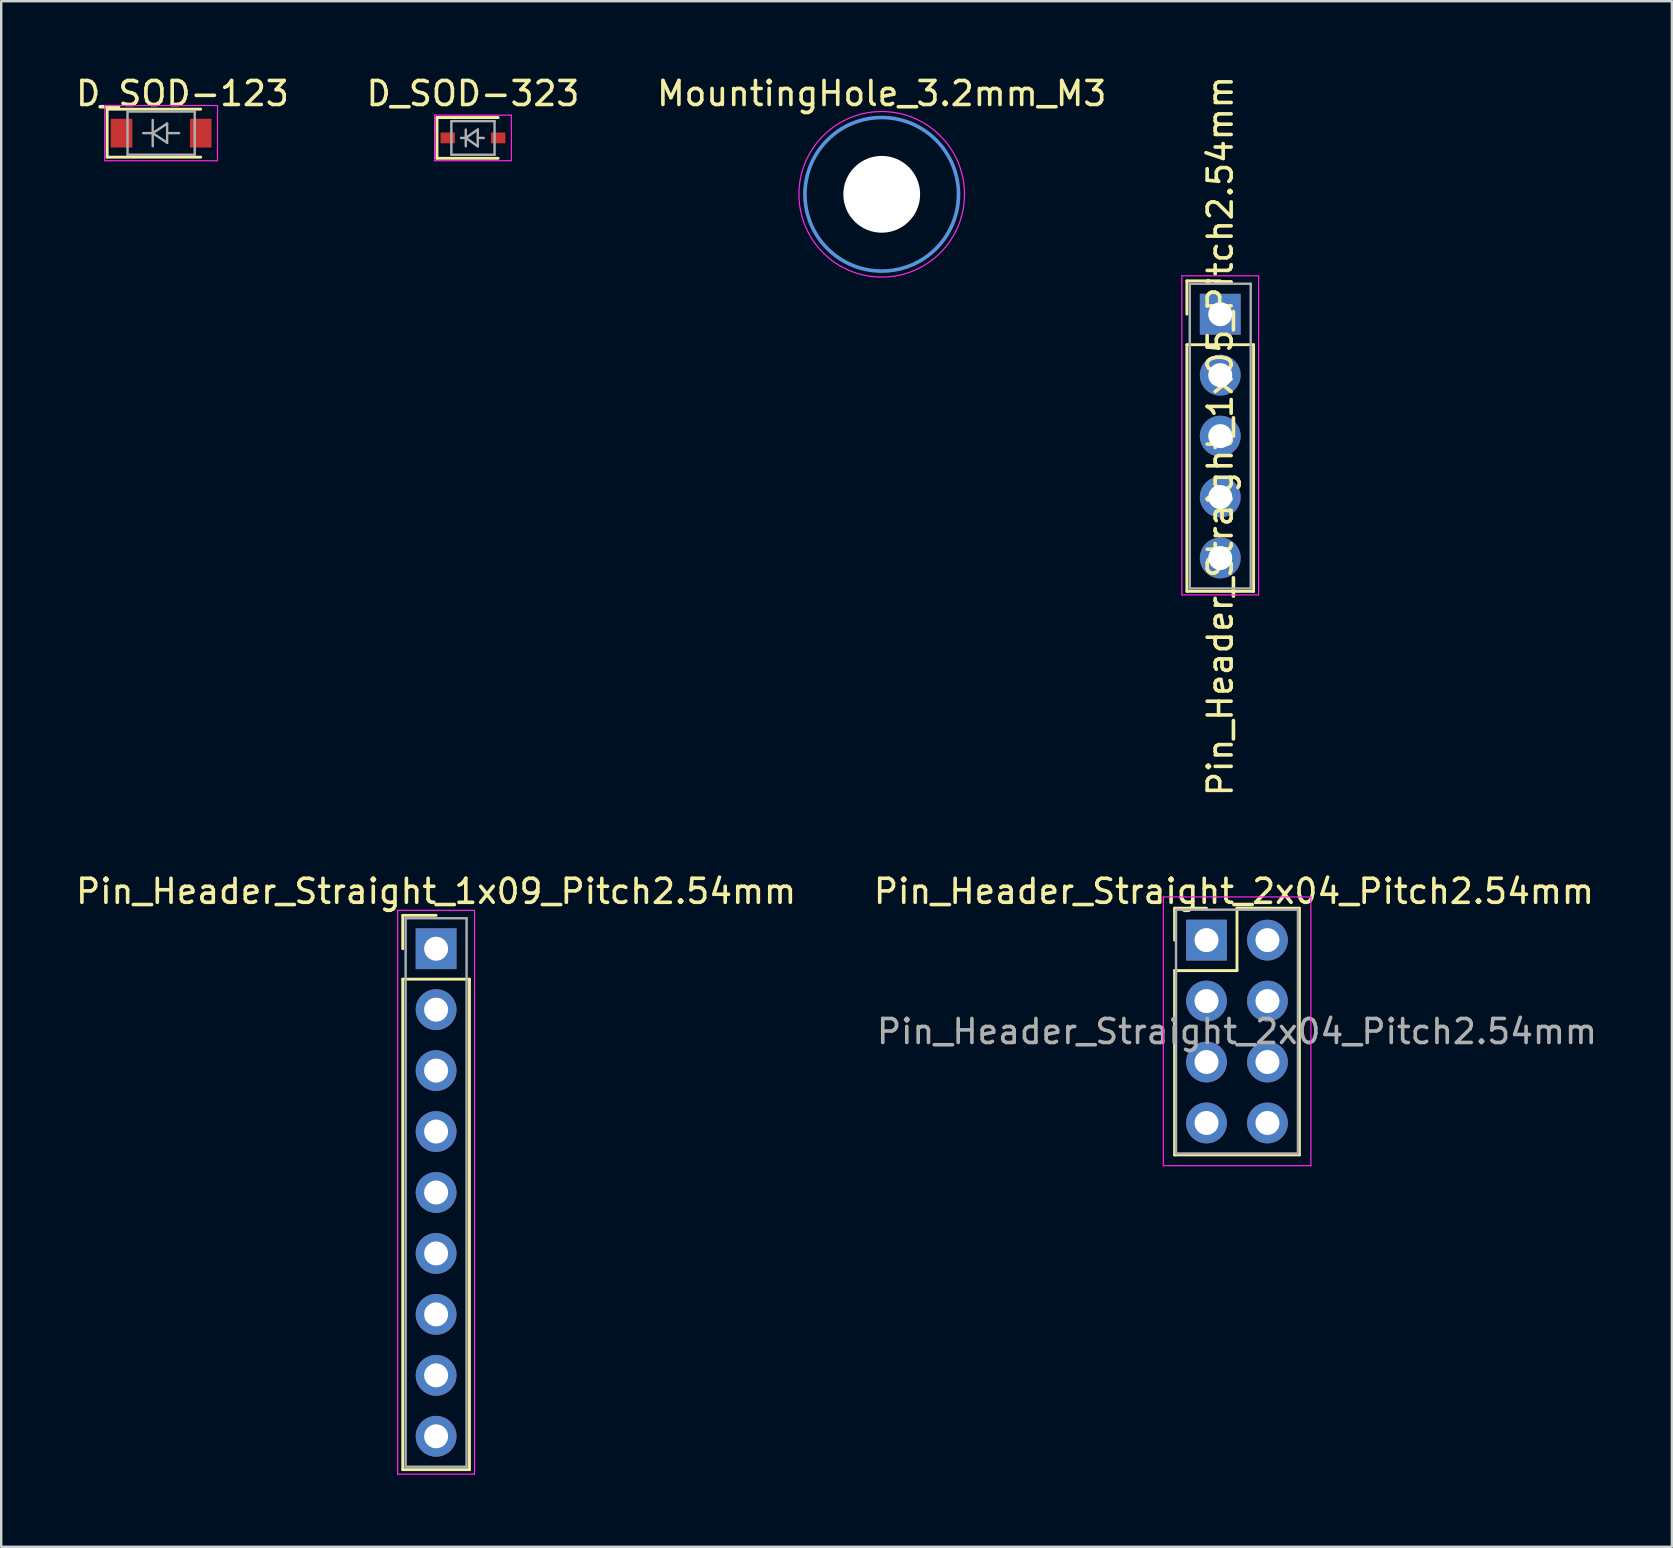
<source format=kicad_pcb>
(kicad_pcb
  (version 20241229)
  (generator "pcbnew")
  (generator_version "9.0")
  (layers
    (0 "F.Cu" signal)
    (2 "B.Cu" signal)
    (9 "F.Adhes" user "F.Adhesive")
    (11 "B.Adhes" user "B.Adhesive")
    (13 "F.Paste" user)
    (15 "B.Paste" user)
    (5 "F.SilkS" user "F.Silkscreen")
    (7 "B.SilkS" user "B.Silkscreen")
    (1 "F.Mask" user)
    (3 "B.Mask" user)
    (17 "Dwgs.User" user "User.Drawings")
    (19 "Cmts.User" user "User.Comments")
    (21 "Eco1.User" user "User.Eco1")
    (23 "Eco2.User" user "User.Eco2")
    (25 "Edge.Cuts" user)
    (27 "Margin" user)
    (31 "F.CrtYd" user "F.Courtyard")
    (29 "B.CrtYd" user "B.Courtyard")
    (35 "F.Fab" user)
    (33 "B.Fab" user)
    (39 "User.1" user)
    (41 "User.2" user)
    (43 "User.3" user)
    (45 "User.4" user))
  (footprint "MountingHole_3.2mm_M3"
    (layer "F.Cu")
    (at 33.696 5.048)
    (property "Reference" "MountingHole_3.2mm_M3" (at 0 -4.2 0) (layer "F.SilkS") (effects (font (size 1 1) (thickness 0.15))))
    (attr through_hole)
    (fp_circle (center 0 0) (end 3.2 0) (stroke (width 0.15) (type solid)) (fill no) (layer "Cmts.User"))
    (fp_circle (center 0 0) (end 3.45 0) (stroke (width 0.05) (type solid)) (fill no) (layer "F.CrtYd"))
    (pad "" np_thru_hole circle (at 0 0) (size 3.2 3.2) (drill 3.2) (layers "*.Cu" "*.Mask")))
  (footprint "Pin_Header_Straight_1x05_Pitch2.54mm"
    (layer "F.Cu")
    (at 47.804 10.045)
    (property "Reference" "Pin_Header_Straight_1x05_Pitch2.54mm" (at 0 5.08 90) (layer "F.SilkS") (effects (font (size 1 1) (thickness 0.15))))
    (attr through_hole)
    (fp_line (start -1.39 -1.39) (end 0 -1.39) (stroke (width 0.12) (type solid)) (layer "F.SilkS"))
    (fp_line (start -1.39 0) (end -1.39 -1.39) (stroke (width 0.12) (type solid)) (layer "F.SilkS"))
    (fp_line (start -1.39 1.27) (end -1.39 11.55) (stroke (width 0.12) (type solid)) (layer "F.SilkS"))
    (fp_line (start -1.39 11.55) (end 1.39 11.55) (stroke (width 0.12) (type solid)) (layer "F.SilkS"))
    (fp_line (start 1.39 1.27) (end -1.39 1.27) (stroke (width 0.12) (type solid)) (layer "F.SilkS"))
    (fp_line (start 1.39 11.55) (end 1.39 1.27) (stroke (width 0.12) (type solid)) (layer "F.SilkS"))
    (fp_line (start -1.6 -1.6) (end -1.6 11.7) (stroke (width 0.05) (type solid)) (layer "F.CrtYd"))
    (fp_line (start -1.6 11.7) (end 1.6 11.7) (stroke (width 0.05) (type solid)) (layer "F.CrtYd"))
    (fp_line (start 1.6 -1.6) (end -1.6 -1.6) (stroke (width 0.05) (type solid)) (layer "F.CrtYd"))
    (fp_line (start 1.6 11.7) (end 1.6 -1.6) (stroke (width 0.05) (type solid)) (layer "F.CrtYd"))
    (fp_line (start -1.27 -1.27) (end -1.27 11.43) (stroke (width 0.1) (type solid)) (layer "F.Fab"))
    (fp_line (start -1.27 11.43) (end 1.27 11.43) (stroke (width 0.1) (type solid)) (layer "F.Fab"))
    (fp_line (start 1.27 -1.27) (end -1.27 -1.27) (stroke (width 0.1) (type solid)) (layer "F.Fab"))
    (fp_line (start 1.27 11.43) (end 1.27 -1.27) (stroke (width 0.1) (type solid)) (layer "F.Fab"))
    (pad "1" thru_hole rect (at 0 0) (size 1.7 1.7) (drill 1) (layers "*.Cu" "*.Mask"))
    (pad "2" thru_hole oval (at 0 2.54) (size 1.7 1.7) (drill 1) (layers "*.Cu" "*.Mask"))
    (pad "3" thru_hole oval (at 0 5.08) (size 1.7 1.7) (drill 1) (layers "*.Cu" "*.Mask"))
    (pad "4" thru_hole oval (at 0 7.62) (size 1.7 1.7) (drill 1) (layers "*.Cu" "*.Mask"))
    (pad "5" thru_hole oval (at 0 10.16) (size 1.7 1.7) (drill 1) (layers "*.Cu" "*.Mask")))
  (footprint "Pin_Header_Straight_1x09_Pitch2.54mm"
    (layer "F.Cu")
    (at 15.125 36.488)
    (property "Reference" "Pin_Header_Straight_1x09_Pitch2.54mm" (at 0 -2.39 0) (layer "F.SilkS") (effects (font (size 1 1) (thickness 0.15))))
    (attr through_hole)
    (fp_line (start -1.39 -1.39) (end 0 -1.39) (stroke (width 0.12) (type solid)) (layer "F.SilkS"))
    (fp_line (start -1.39 0) (end -1.39 -1.39) (stroke (width 0.12) (type solid)) (layer "F.SilkS"))
    (fp_line (start -1.39 1.27) (end -1.39 21.71) (stroke (width 0.12) (type solid)) (layer "F.SilkS"))
    (fp_line (start -1.39 21.71) (end 1.39 21.71) (stroke (width 0.12) (type solid)) (layer "F.SilkS"))
    (fp_line (start 1.39 1.27) (end -1.39 1.27) (stroke (width 0.12) (type solid)) (layer "F.SilkS"))
    (fp_line (start 1.39 21.71) (end 1.39 1.27) (stroke (width 0.12) (type solid)) (layer "F.SilkS"))
    (fp_line (start -1.6 -1.6) (end -1.6 21.9) (stroke (width 0.05) (type solid)) (layer "F.CrtYd"))
    (fp_line (start -1.6 21.9) (end 1.6 21.9) (stroke (width 0.05) (type solid)) (layer "F.CrtYd"))
    (fp_line (start 1.6 -1.6) (end -1.6 -1.6) (stroke (width 0.05) (type solid)) (layer "F.CrtYd"))
    (fp_line (start 1.6 21.9) (end 1.6 -1.6) (stroke (width 0.05) (type solid)) (layer "F.CrtYd"))
    (fp_line (start -1.27 -1.27) (end -1.27 21.59) (stroke (width 0.1) (type solid)) (layer "F.Fab"))
    (fp_line (start -1.27 21.59) (end 1.27 21.59) (stroke (width 0.1) (type solid)) (layer "F.Fab"))
    (fp_line (start 1.27 -1.27) (end -1.27 -1.27) (stroke (width 0.1) (type solid)) (layer "F.Fab"))
    (fp_line (start 1.27 21.59) (end 1.27 -1.27) (stroke (width 0.1) (type solid)) (layer "F.Fab"))
    (pad "1" thru_hole rect (at 0 0) (size 1.7 1.7) (drill 1) (layers "*.Cu" "*.Mask"))
    (pad "2" thru_hole oval (at 0 2.54) (size 1.7 1.7) (drill 1) (layers "*.Cu" "*.Mask"))
    (pad "3" thru_hole oval (at 0 5.08) (size 1.7 1.7) (drill 1) (layers "*.Cu" "*.Mask"))
    (pad "4" thru_hole oval (at 0 7.62) (size 1.7 1.7) (drill 1) (layers "*.Cu" "*.Mask"))
    (pad "5" thru_hole oval (at 0 10.16) (size 1.7 1.7) (drill 1) (layers "*.Cu" "*.Mask"))
    (pad "6" thru_hole oval (at 0 12.7) (size 1.7 1.7) (drill 1) (layers "*.Cu" "*.Mask"))
    (pad "7" thru_hole oval (at 0 15.24) (size 1.7 1.7) (drill 1) (layers "*.Cu" "*.Mask"))
    (pad "8" thru_hole oval (at 0 17.78) (size 1.7 1.7) (drill 1) (layers "*.Cu" "*.Mask"))
    (pad "9" thru_hole oval (at 0 20.32) (size 1.7 1.7) (drill 1) (layers "*.Cu" "*.Mask")))
  (footprint "D_SOD-123"
    (layer "F.Cu")
    (at 3.665 2.499)
    (property "Reference" "D_SOD-123" (at 0.889 -1.651 0) (layer "F.SilkS") (effects (font (size 1 1) (thickness 0.15))))
    (attr smd)
    (fp_line (start -2.25 -1) (end -2.25 1) (stroke (width 0.12) (type solid)) (layer "F.SilkS"))
    (fp_line (start -2.25 -1) (end 1.65 -1) (stroke (width 0.12) (type solid)) (layer "F.SilkS"))
    (fp_line (start -2.25 1) (end 1.65 1) (stroke (width 0.12) (type solid)) (layer "F.SilkS"))
    (fp_line (start -2.35 -1.15) (end -2.35 1.15) (stroke (width 0.05) (type solid)) (layer "F.CrtYd"))
    (fp_line (start -2.35 -1.15) (end 2.35 -1.15) (stroke (width 0.05) (type solid)) (layer "F.CrtYd"))
    (fp_line (start 2.35 -1.15) (end 2.35 1.15) (stroke (width 0.05) (type solid)) (layer "F.CrtYd"))
    (fp_line (start 2.35 1.15) (end -2.35 1.15) (stroke (width 0.05) (type solid)) (layer "F.CrtYd"))
    (fp_line (start -1.4 -0.9) (end 1.4 -0.9) (stroke (width 0.1) (type solid)) (layer "F.Fab"))
    (fp_line (start -1.4 0.9) (end -1.4 -0.9) (stroke (width 0.1) (type solid)) (layer "F.Fab"))
    (fp_line (start -0.75 0) (end -0.35 0) (stroke (width 0.1) (type solid)) (layer "F.Fab"))
    (fp_line (start -0.35 0) (end -0.35 -0.55) (stroke (width 0.1) (type solid)) (layer "F.Fab"))
    (fp_line (start -0.35 0) (end -0.35 0.55) (stroke (width 0.1) (type solid)) (layer "F.Fab"))
    (fp_line (start -0.35 0) (end 0.25 -0.4) (stroke (width 0.1) (type solid)) (layer "F.Fab"))
    (fp_line (start 0.25 -0.4) (end 0.25 0.4) (stroke (width 0.1) (type solid)) (layer "F.Fab"))
    (fp_line (start 0.25 0) (end 0.75 0) (stroke (width 0.1) (type solid)) (layer "F.Fab"))
    (fp_line (start 0.25 0.4) (end -0.35 0) (stroke (width 0.1) (type solid)) (layer "F.Fab"))
    (fp_line (start 1.4 -0.9) (end 1.4 0.9) (stroke (width 0.1) (type solid)) (layer "F.Fab"))
    (fp_line (start 1.4 0.9) (end -1.4 0.9) (stroke (width 0.1) (type solid)) (layer "F.Fab"))
    (pad "1" smd rect (at -1.65 0) (size 0.9 1.2) (layers "F.Cu" "F.Mask" "F.Paste"))
    (pad "2" smd rect (at 1.65 0) (size 0.9 1.2) (layers "F.Cu" "F.Mask" "F.Paste")))
  (footprint "D_SOD-323"
    (layer "F.Cu")
    (at 16.661 2.698)
    (property "Reference" "D_SOD-323" (at 0 -1.85 0) (layer "F.SilkS") (effects (font (size 1 1) (thickness 0.15))))
    (attr smd)
    (fp_line (start -1.5 -0.85) (end -1.5 0.85) (stroke (width 0.12) (type solid)) (layer "F.SilkS"))
    (fp_line (start -1.5 -0.85) (end 1.05 -0.85) (stroke (width 0.12) (type solid)) (layer "F.SilkS"))
    (fp_line (start -1.5 0.85) (end 1.05 0.85) (stroke (width 0.12) (type solid)) (layer "F.SilkS"))
    (fp_line (start -1.6 -0.95) (end -1.6 0.95) (stroke (width 0.05) (type solid)) (layer "F.CrtYd"))
    (fp_line (start -1.6 -0.95) (end 1.6 -0.95) (stroke (width 0.05) (type solid)) (layer "F.CrtYd"))
    (fp_line (start -1.6 0.95) (end 1.6 0.95) (stroke (width 0.05) (type solid)) (layer "F.CrtYd"))
    (fp_line (start 1.6 -0.95) (end 1.6 0.95) (stroke (width 0.05) (type solid)) (layer "F.CrtYd"))
    (fp_line (start -0.9 -0.7) (end 0.9 -0.7) (stroke (width 0.1) (type solid)) (layer "F.Fab"))
    (fp_line (start -0.9 0.7) (end -0.9 -0.7) (stroke (width 0.1) (type solid)) (layer "F.Fab"))
    (fp_line (start -0.3 -0.35) (end -0.3 0.35) (stroke (width 0.1) (type solid)) (layer "F.Fab"))
    (fp_line (start -0.3 0) (end -0.5 0) (stroke (width 0.1) (type solid)) (layer "F.Fab"))
    (fp_line (start -0.3 0) (end 0.2 -0.35) (stroke (width 0.1) (type solid)) (layer "F.Fab"))
    (fp_line (start 0.2 -0.35) (end 0.2 0.35) (stroke (width 0.1) (type solid)) (layer "F.Fab"))
    (fp_line (start 0.2 0) (end 0.45 0) (stroke (width 0.1) (type solid)) (layer "F.Fab"))
    (fp_line (start 0.2 0.35) (end -0.3 0) (stroke (width 0.1) (type solid)) (layer "F.Fab"))
    (fp_line (start 0.9 -0.7) (end 0.9 0.7) (stroke (width 0.1) (type solid)) (layer "F.Fab"))
    (fp_line (start 0.9 0.7) (end -0.9 0.7) (stroke (width 0.1) (type solid)) (layer "F.Fab"))
    (pad "1" smd rect (at -1.05 0) (size 0.6 0.45) (layers "F.Cu" "F.Mask" "F.Paste"))
    (pad "2" smd rect (at 1.05 0) (size 0.6 0.45) (layers "F.Cu" "F.Mask" "F.Paste")))
  (footprint "Pin_Header_Straight_2x04_Pitch2.54mm"
    (layer "F.Cu")
    (at 47.232 36.13)
    (property "Reference" "Pin_Header_Straight_2x04_Pitch2.54mm" (at 1.143 -2.032 0) (layer "F.SilkS") (effects (font (size 1 1) (thickness 0.15))))
    (attr through_hole)
    (fp_line (start -1.33 -1.33) (end 0 -1.33) (stroke (width 0.12) (type solid)) (layer "F.SilkS"))
    (fp_line (start -1.33 0) (end -1.33 -1.33) (stroke (width 0.12) (type solid)) (layer "F.SilkS"))
    (fp_line (start -1.33 1.27) (end -1.33 8.95) (stroke (width 0.12) (type solid)) (layer "F.SilkS"))
    (fp_line (start -1.33 8.95) (end 3.87 8.95) (stroke (width 0.12) (type solid)) (layer "F.SilkS"))
    (fp_line (start 1.27 -1.33) (end 1.27 1.27) (stroke (width 0.12) (type solid)) (layer "F.SilkS"))
    (fp_line (start 1.27 1.27) (end -1.33 1.27) (stroke (width 0.12) (type solid)) (layer "F.SilkS"))
    (fp_line (start 3.87 -1.33) (end 1.27 -1.33) (stroke (width 0.12) (type solid)) (layer "F.SilkS"))
    (fp_line (start 3.87 8.95) (end 3.87 -1.33) (stroke (width 0.12) (type solid)) (layer "F.SilkS"))
    (fp_line (start -1.8 -1.8) (end -1.8 9.4) (stroke (width 0.05) (type solid)) (layer "F.CrtYd"))
    (fp_line (start -1.8 9.4) (end 4.35 9.4) (stroke (width 0.05) (type solid)) (layer "F.CrtYd"))
    (fp_line (start 4.35 -1.8) (end -1.8 -1.8) (stroke (width 0.05) (type solid)) (layer "F.CrtYd"))
    (fp_line (start 4.35 9.4) (end 4.35 -1.8) (stroke (width 0.05) (type solid)) (layer "F.CrtYd"))
    (fp_line (start -1.27 -1.27) (end -1.27 8.89) (stroke (width 0.1) (type solid)) (layer "F.Fab"))
    (fp_line (start -1.27 8.89) (end 3.81 8.89) (stroke (width 0.1) (type solid)) (layer "F.Fab"))
    (fp_line (start 3.81 -1.27) (end -1.27 -1.27) (stroke (width 0.1) (type solid)) (layer "F.Fab"))
    (fp_line (start 3.81 8.89) (end 3.81 -1.27) (stroke (width 0.1) (type solid)) (layer "F.Fab"))
    (fp_text user "${REFERENCE}" (at 1.27 3.81 0) (layer "F.Fab") (effects (font (size 1 1) (thickness 0.15))))
    (pad "1" thru_hole rect (at 0 0) (size 1.7 1.7) (drill 1) (layers "*.Cu" "*.Mask"))
    (pad "2" thru_hole oval (at 2.54 0) (size 1.7 1.7) (drill 1) (layers "*.Cu" "*.Mask"))
    (pad "3" thru_hole oval (at 0 2.54) (size 1.7 1.7) (drill 1) (layers "*.Cu" "*.Mask"))
    (pad "4" thru_hole oval (at 2.54 2.54) (size 1.7 1.7) (drill 1) (layers "*.Cu" "*.Mask"))
    (pad "5" thru_hole oval (at 0 5.08) (size 1.7 1.7) (drill 1) (layers "*.Cu" "*.Mask"))
    (pad "6" thru_hole oval (at 2.54 5.08) (size 1.7 1.7) (drill 1) (layers "*.Cu" "*.Mask"))
    (pad "7" thru_hole oval (at 0 7.62) (size 1.7 1.7) (drill 1) (layers "*.Cu" "*.Mask"))
    (pad "8" thru_hole oval (at 2.54 7.62) (size 1.7 1.7) (drill 1) (layers "*.Cu" "*.Mask")))
  (gr_rect
    (start -3 -3)
    (end 66.627 61.413)
    (stroke (width 0.1) (type default))
    (fill no)
    (layer "Edge.Cuts")))
</source>
